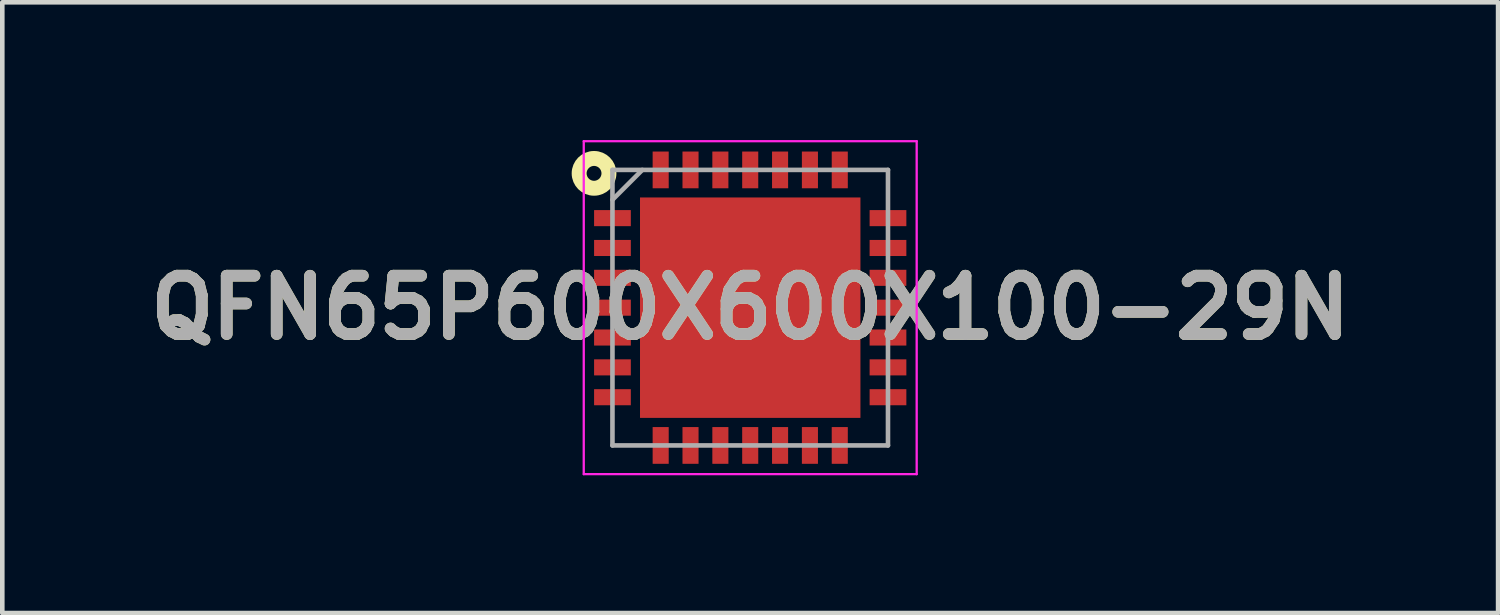
<source format=kicad_pcb>
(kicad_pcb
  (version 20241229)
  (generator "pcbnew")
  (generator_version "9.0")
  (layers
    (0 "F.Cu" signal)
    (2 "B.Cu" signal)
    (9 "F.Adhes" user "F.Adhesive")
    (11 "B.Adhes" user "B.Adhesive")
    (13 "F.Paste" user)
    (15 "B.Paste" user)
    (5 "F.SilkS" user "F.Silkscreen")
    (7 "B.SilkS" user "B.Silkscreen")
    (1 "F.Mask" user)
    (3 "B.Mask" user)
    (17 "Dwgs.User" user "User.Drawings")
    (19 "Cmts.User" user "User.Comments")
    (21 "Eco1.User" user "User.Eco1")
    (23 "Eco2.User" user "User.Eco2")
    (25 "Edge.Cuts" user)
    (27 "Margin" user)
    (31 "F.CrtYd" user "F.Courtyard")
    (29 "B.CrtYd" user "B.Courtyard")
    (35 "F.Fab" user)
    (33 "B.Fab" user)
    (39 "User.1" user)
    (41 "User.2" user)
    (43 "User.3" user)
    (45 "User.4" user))
  (footprint "QFN65P600X600X100-29N"
    (layer "F.Cu")
    (at 13.287 3.65)
    (property "Reference" "QFN65P600X600X100-29N" (at 0 0 0) (layer "F.SilkS") (effects (font (size 1.27 1.27) (thickness 0.254))))
    (attr smd)
    (fp_circle (center -3.401 -2.925) (end -3.401 -2.763) (stroke (width 0.325) (type solid)) (fill no) (layer "F.SilkS"))
    (fp_line (start -3.625 -3.625) (end 3.625 -3.625) (stroke (width 0.05) (type solid)) (layer "F.CrtYd"))
    (fp_line (start -3.625 3.625) (end -3.625 -3.625) (stroke (width 0.05) (type solid)) (layer "F.CrtYd"))
    (fp_line (start 3.625 -3.625) (end 3.625 3.625) (stroke (width 0.05) (type solid)) (layer "F.CrtYd"))
    (fp_line (start 3.625 3.625) (end -3.625 3.625) (stroke (width 0.05) (type solid)) (layer "F.CrtYd"))
    (fp_line (start -3 -3) (end 3 -3) (stroke (width 0.1) (type solid)) (layer "F.Fab"))
    (fp_line (start -3 -2.35) (end -2.35 -3) (stroke (width 0.1) (type solid)) (layer "F.Fab"))
    (fp_line (start -3 3) (end -3 -3) (stroke (width 0.1) (type solid)) (layer "F.Fab"))
    (fp_line (start 3 -3) (end 3 3) (stroke (width 0.1) (type solid)) (layer "F.Fab"))
    (fp_line (start 3 3) (end -3 3) (stroke (width 0.1) (type solid)) (layer "F.Fab"))
    (fp_text user "${REFERENCE}" (at 0 0 0) (layer "F.Fab") (effects (font (size 1.27 1.27) (thickness 0.254))))
    (pad "1" smd rect (at -3 -1.95 90) (size 0.35 0.8) (layers "F.Cu" "F.Mask" "F.Paste"))
    (pad "2" smd rect (at -3 -1.3 90) (size 0.35 0.8) (layers "F.Cu" "F.Mask" "F.Paste"))
    (pad "3" smd rect (at -3 -0.65 90) (size 0.35 0.8) (layers "F.Cu" "F.Mask" "F.Paste"))
    (pad "4" smd rect (at -3 0 90) (size 0.35 0.8) (layers "F.Cu" "F.Mask" "F.Paste"))
    (pad "5" smd rect (at -3 0.65 90) (size 0.35 0.8) (layers "F.Cu" "F.Mask" "F.Paste"))
    (pad "6" smd rect (at -3 1.3 90) (size 0.35 0.8) (layers "F.Cu" "F.Mask" "F.Paste"))
    (pad "7" smd rect (at -3 1.95 90) (size 0.35 0.8) (layers "F.Cu" "F.Mask" "F.Paste"))
    (pad "8" smd rect (at -1.95 3) (size 0.35 0.8) (layers "F.Cu" "F.Mask" "F.Paste"))
    (pad "9" smd rect (at -1.3 3) (size 0.35 0.8) (layers "F.Cu" "F.Mask" "F.Paste"))
    (pad "10" smd rect (at -0.65 3) (size 0.35 0.8) (layers "F.Cu" "F.Mask" "F.Paste"))
    (pad "11" smd rect (at 0 3) (size 0.35 0.8) (layers "F.Cu" "F.Mask" "F.Paste"))
    (pad "12" smd rect (at 0.65 3) (size 0.35 0.8) (layers "F.Cu" "F.Mask" "F.Paste"))
    (pad "13" smd rect (at 1.3 3) (size 0.35 0.8) (layers "F.Cu" "F.Mask" "F.Paste"))
    (pad "14" smd rect (at 1.95 3) (size 0.35 0.8) (layers "F.Cu" "F.Mask" "F.Paste"))
    (pad "15" smd rect (at 3 1.95 90) (size 0.35 0.8) (layers "F.Cu" "F.Mask" "F.Paste"))
    (pad "16" smd rect (at 3 1.3 90) (size 0.35 0.8) (layers "F.Cu" "F.Mask" "F.Paste"))
    (pad "17" smd rect (at 3 0.65 90) (size 0.35 0.8) (layers "F.Cu" "F.Mask" "F.Paste"))
    (pad "18" smd rect (at 3 0 90) (size 0.35 0.8) (layers "F.Cu" "F.Mask" "F.Paste"))
    (pad "19" smd rect (at 3 -0.65 90) (size 0.35 0.8) (layers "F.Cu" "F.Mask" "F.Paste"))
    (pad "20" smd rect (at 3 -1.3 90) (size 0.35 0.8) (layers "F.Cu" "F.Mask" "F.Paste"))
    (pad "21" smd rect (at 3 -1.95 90) (size 0.35 0.8) (layers "F.Cu" "F.Mask" "F.Paste"))
    (pad "22" smd rect (at 1.95 -3) (size 0.35 0.8) (layers "F.Cu" "F.Mask" "F.Paste"))
    (pad "23" smd rect (at 1.3 -3) (size 0.35 0.8) (layers "F.Cu" "F.Mask" "F.Paste"))
    (pad "24" smd rect (at 0.65 -3) (size 0.35 0.8) (layers "F.Cu" "F.Mask" "F.Paste"))
    (pad "25" smd rect (at 0 -3) (size 0.35 0.8) (layers "F.Cu" "F.Mask" "F.Paste"))
    (pad "26" smd rect (at -0.65 -3) (size 0.35 0.8) (layers "F.Cu" "F.Mask" "F.Paste"))
    (pad "27" smd rect (at -1.3 -3) (size 0.35 0.8) (layers "F.Cu" "F.Mask" "F.Paste"))
    (pad "28" smd rect (at -1.95 -3) (size 0.35 0.8) (layers "F.Cu" "F.Mask" "F.Paste"))
    (pad "29" smd rect (at 0 0) (size 4.8 4.8) (layers "F.Cu" "F.Mask" "F.Paste")))
  (gr_rect
    (start -3 -3)
    (end 29.573 10.3)
    (stroke (width 0.1) (type default))
    (fill no)
    (layer "Edge.Cuts")))
</source>
